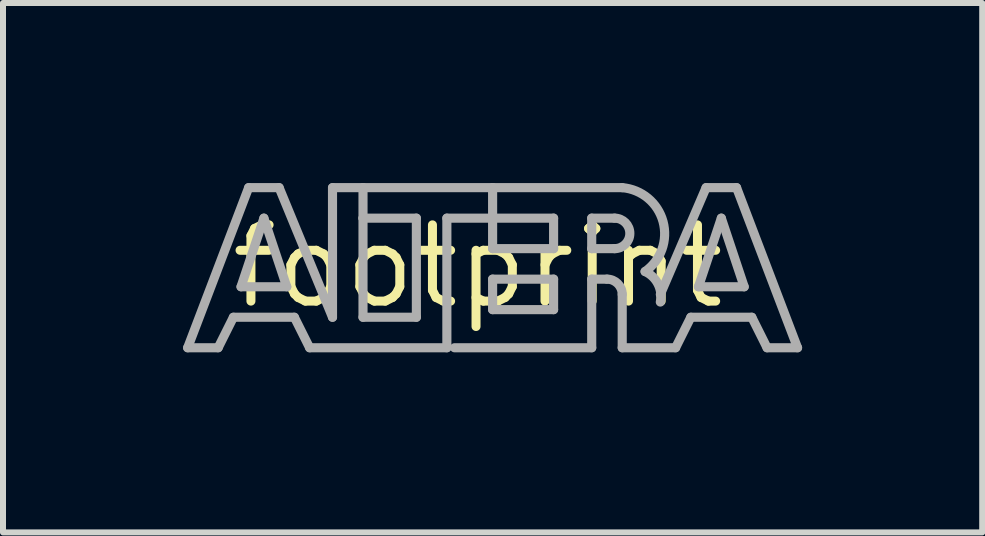
<source format=kicad_pcb>
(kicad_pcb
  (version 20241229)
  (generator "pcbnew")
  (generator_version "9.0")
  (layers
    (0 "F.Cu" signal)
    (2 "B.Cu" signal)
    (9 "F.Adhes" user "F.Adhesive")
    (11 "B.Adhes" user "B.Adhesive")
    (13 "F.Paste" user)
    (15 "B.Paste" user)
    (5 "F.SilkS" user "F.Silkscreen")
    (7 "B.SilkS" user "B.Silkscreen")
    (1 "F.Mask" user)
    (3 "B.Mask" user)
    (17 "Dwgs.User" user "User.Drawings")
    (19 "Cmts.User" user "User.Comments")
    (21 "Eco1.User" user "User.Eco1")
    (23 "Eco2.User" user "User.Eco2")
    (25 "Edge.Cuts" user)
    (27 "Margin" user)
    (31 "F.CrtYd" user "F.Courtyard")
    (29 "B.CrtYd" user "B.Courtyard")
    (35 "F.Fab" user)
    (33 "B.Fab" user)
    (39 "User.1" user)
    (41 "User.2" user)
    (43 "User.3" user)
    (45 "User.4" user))
  (footprint "footprint"
    (layer "F.Cu")
    (at 4.91 1.386)
    (property "Reference" "footprint" (at 0 0 0) (layer "F.SilkS") (effects (font (size 1.27 1.27) (thickness 0.15))))
    (fp_line (start -4.834 1.357) (end -3.818 -1.31) (stroke (width 0.152) (type solid)) (layer "F.Fab"))
    (fp_line (start -4.326 1.357) (end -4.834 1.357) (stroke (width 0.152) (type solid)) (layer "F.Fab"))
    (fp_line (start -4.072 0.849) (end -4.326 1.357) (stroke (width 0.152) (type solid)) (layer "F.Fab"))
    (fp_line (start -3.945 0.341) (end -3.183 0.341) (stroke (width 0.152) (type solid)) (layer "F.Fab"))
    (fp_line (start -3.818 -1.31) (end -3.31 -1.31) (stroke (width 0.152) (type solid)) (layer "F.Fab"))
    (fp_line (start -3.564 -0.802) (end -3.945 0.341) (stroke (width 0.152) (type solid)) (layer "F.Fab"))
    (fp_line (start -3.31 -1.31) (end -2.421 0.849) (stroke (width 0.152) (type solid)) (layer "F.Fab"))
    (fp_line (start -3.183 0.341) (end -3.564 -0.802) (stroke (width 0.152) (type solid)) (layer "F.Fab"))
    (fp_line (start -3.056 0.849) (end -4.072 0.849) (stroke (width 0.152) (type solid)) (layer "F.Fab"))
    (fp_line (start -2.802 1.357) (end -3.056 0.849) (stroke (width 0.152) (type solid)) (layer "F.Fab"))
    (fp_line (start -2.421 -1.31) (end -1.913 -1.31) (stroke (width 0.152) (type solid)) (layer "F.Fab"))
    (fp_line (start -2.421 0.849) (end -2.421 -1.31) (stroke (width 0.152) (type solid)) (layer "F.Fab"))
    (fp_line (start -1.913 -1.31) (end -1.913 -0.802) (stroke (width 0.152) (type solid)) (layer "F.Fab"))
    (fp_line (start -1.913 -1.31) (end 0.246 -1.31) (stroke (width 0.152) (type solid)) (layer "F.Fab"))
    (fp_line (start -1.913 -0.802) (end -1.913 0.849) (stroke (width 0.152) (type solid)) (layer "F.Fab"))
    (fp_line (start -1.913 0.849) (end -1.024 0.849) (stroke (width 0.152) (type solid)) (layer "F.Fab"))
    (fp_line (start -1.024 -0.802) (end -1.913 -0.802) (stroke (width 0.152) (type solid)) (layer "F.Fab"))
    (fp_line (start -1.024 0.849) (end -1.024 -0.802) (stroke (width 0.152) (type solid)) (layer "F.Fab"))
    (fp_line (start -0.516 -0.802) (end -0.516 1.357) (stroke (width 0.152) (type solid)) (layer "F.Fab"))
    (fp_line (start -0.516 1.357) (end -2.802 1.357) (stroke (width 0.152) (type solid)) (layer "F.Fab"))
    (fp_line (start 0.246 -1.31) (end 0.246 -0.802) (stroke (width 0.152) (type solid)) (layer "F.Fab"))
    (fp_line (start 0.246 -1.31) (end 2.405 -1.31) (stroke (width 0.152) (type solid)) (layer "F.Fab"))
    (fp_line (start 0.246 -0.802) (end -0.516 -0.802) (stroke (width 0.152) (type solid)) (layer "F.Fab"))
    (fp_line (start 0.246 -0.802) (end 0.246 -0.294) (stroke (width 0.152) (type solid)) (layer "F.Fab"))
    (fp_line (start 0.246 -0.294) (end 1.262 -0.294) (stroke (width 0.152) (type solid)) (layer "F.Fab"))
    (fp_line (start 0.246 0.214) (end 1.262 0.214) (stroke (width 0.152) (type solid)) (layer "F.Fab"))
    (fp_line (start 0.246 0.722) (end 0.246 0.214) (stroke (width 0.152) (type solid)) (layer "F.Fab"))
    (fp_line (start 1.262 -0.802) (end 0.246 -0.802) (stroke (width 0.152) (type solid)) (layer "F.Fab"))
    (fp_line (start 1.262 -0.294) (end 1.262 -0.802) (stroke (width 0.152) (type solid)) (layer "F.Fab"))
    (fp_line (start 1.262 0.214) (end 1.262 0.722) (stroke (width 0.152) (type solid)) (layer "F.Fab"))
    (fp_line (start 1.262 0.722) (end 0.246 0.722) (stroke (width 0.152) (type solid)) (layer "F.Fab"))
    (fp_line (start 1.897 -0.802) (end 1.897 -0.294) (stroke (width 0.152) (type solid)) (layer "F.Fab"))
    (fp_line (start 1.897 -0.294) (end 2.278 -0.294) (stroke (width 0.152) (type solid)) (layer "F.Fab"))
    (fp_line (start 1.897 0.214) (end 1.897 1.357) (stroke (width 0.152) (type solid)) (layer "F.Fab"))
    (fp_line (start 1.897 0.214) (end 2.151 0.214) (stroke (width 0.152) (type solid)) (layer "F.Fab"))
    (fp_line (start 1.897 1.357) (end -0.389 1.357) (stroke (width 0.152) (type solid)) (layer "F.Fab"))
    (fp_line (start 2.278 -0.802) (end 1.897 -0.802) (stroke (width 0.152) (type solid)) (layer "F.Fab"))
    (fp_line (start 2.405 0.468) (end 2.405 1.357) (stroke (width 0.152) (type solid)) (layer "F.Fab"))
    (fp_line (start 2.405 1.357) (end 3.294 1.357) (stroke (width 0.152) (type solid)) (layer "F.Fab"))
    (fp_line (start 3.294 1.357) (end 3.548 0.849) (stroke (width 0.152) (type solid)) (layer "F.Fab"))
    (fp_line (start 3.548 0.849) (end 4.564 0.849) (stroke (width 0.152) (type solid)) (layer "F.Fab"))
    (fp_line (start 3.675 0.341) (end 4.056 -0.802) (stroke (width 0.152) (type solid)) (layer "F.Fab"))
    (fp_line (start 3.802 -1.31) (end 3.04 0.468) (stroke (width 0.152) (type solid)) (layer "F.Fab"))
    (fp_line (start 4.056 -0.802) (end 4.437 0.341) (stroke (width 0.152) (type solid)) (layer "F.Fab"))
    (fp_line (start 4.31 -1.31) (end 3.802 -1.31) (stroke (width 0.152) (type solid)) (layer "F.Fab"))
    (fp_line (start 4.437 0.341) (end 3.675 0.341) (stroke (width 0.152) (type solid)) (layer "F.Fab"))
    (fp_line (start 4.564 0.849) (end 4.818 1.357) (stroke (width 0.152) (type solid)) (layer "F.Fab"))
    (fp_line (start 4.818 1.357) (end 5.326 1.357) (stroke (width 0.152) (type solid)) (layer "F.Fab"))
    (fp_line (start 5.326 1.357) (end 4.31 -1.31) (stroke (width 0.152) (type solid)) (layer "F.Fab"))
    (fp_arc (start 2.151 0.214) (mid 2.330605 0.288395) (end 2.405 0.468) (stroke (width 0.1524) (type solid)) (layer "F.Fab"))
    (fp_arc (start 2.278 -0.802) (mid 2.532 -0.548) (end 2.278 -0.294) (stroke (width 0.1524) (type solid)) (layer "F.Fab"))
    (fp_arc (start 2.405 -1.31) (mid 3.084953 -0.744769) (end 2.786098 0.087401) (stroke (width 0.1524) (type solid)) (layer "F.Fab"))
    (fp_arc (start 2.7861 0.0871) (mid 3.002081 0.296587) (end 3.039799 0.5951) (stroke (width 0.1524) (type solid)) (layer "F.Fab")))
  (gr_rect
    (start -3 -3)
    (end 13.312 5.819)
    (stroke (width 0.1) (type default))
    (fill no)
    (layer "Edge.Cuts")))
</source>
